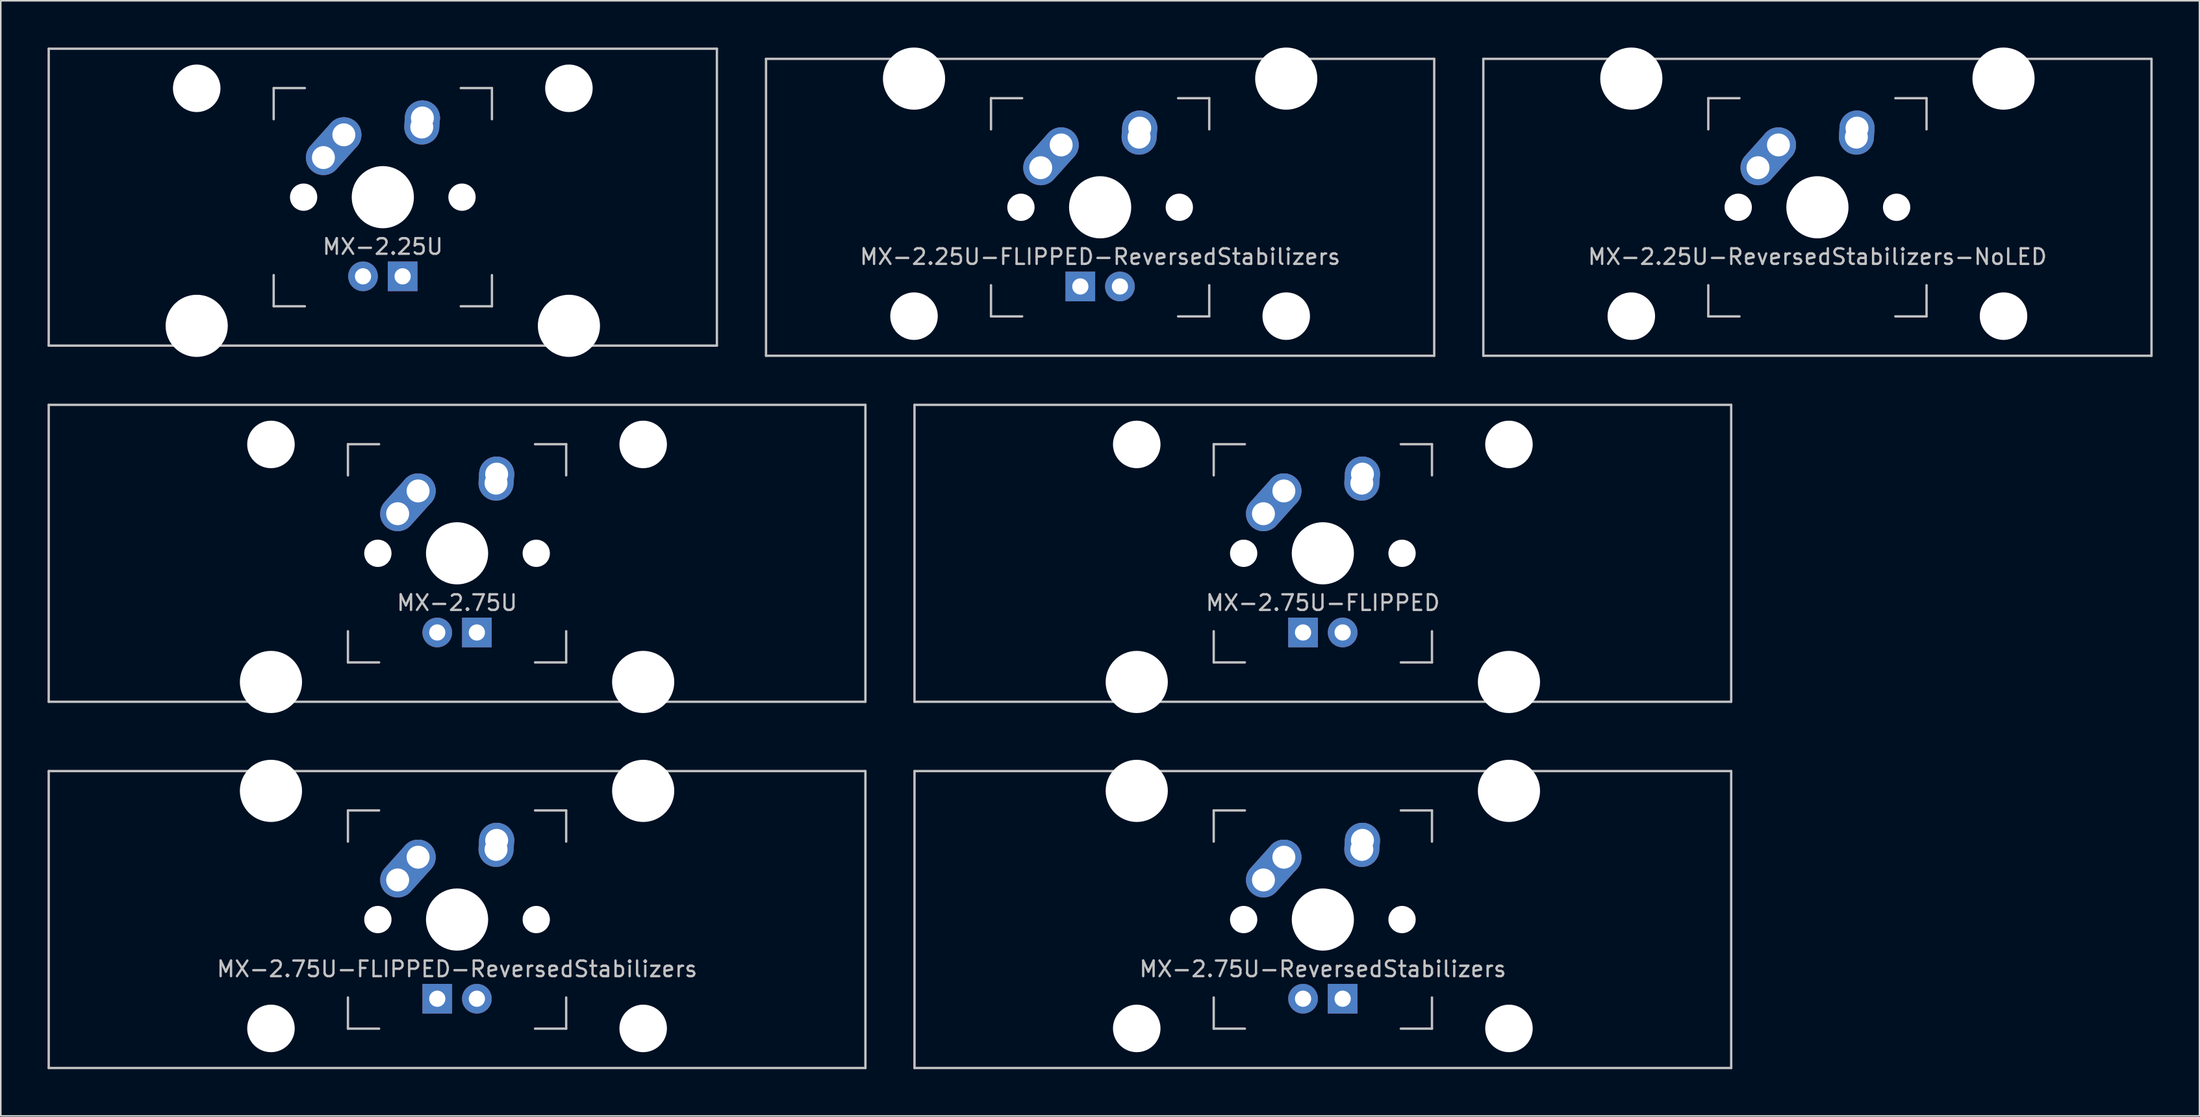
<source format=kicad_pcb>
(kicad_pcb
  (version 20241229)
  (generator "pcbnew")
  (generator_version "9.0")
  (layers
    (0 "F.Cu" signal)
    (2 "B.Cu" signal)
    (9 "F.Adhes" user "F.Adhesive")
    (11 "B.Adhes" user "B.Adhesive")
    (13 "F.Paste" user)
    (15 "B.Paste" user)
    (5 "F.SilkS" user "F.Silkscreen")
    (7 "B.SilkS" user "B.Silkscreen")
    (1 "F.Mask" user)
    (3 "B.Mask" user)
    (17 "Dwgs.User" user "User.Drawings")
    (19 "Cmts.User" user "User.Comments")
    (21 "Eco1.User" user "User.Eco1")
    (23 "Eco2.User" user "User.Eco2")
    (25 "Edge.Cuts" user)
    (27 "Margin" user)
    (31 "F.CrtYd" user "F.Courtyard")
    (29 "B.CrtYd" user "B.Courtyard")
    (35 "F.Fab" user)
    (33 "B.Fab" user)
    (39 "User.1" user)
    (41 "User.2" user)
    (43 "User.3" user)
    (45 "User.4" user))
  (footprint "MX-2.75U-ReversedStabilizers"
    (layer "F.Cu")
    (at 81.806 55.947)
    (property "Reference" "MX-2.75U-ReversedStabilizers" (at 0 3.175 0) (layer "Dwgs.User") (effects (font (size 1 1) (thickness 0.15))))
    (attr through_hole)
    (fp_line (start -26.194 -9.525) (end 26.194 -9.525) (stroke (width 0.15) (type solid)) (layer "Dwgs.User"))
    (fp_line (start -26.194 9.525) (end -26.194 -9.525) (stroke (width 0.15) (type solid)) (layer "Dwgs.User"))
    (fp_line (start -26.194 9.525) (end 26.194 9.525) (stroke (width 0.15) (type solid)) (layer "Dwgs.User"))
    (fp_line (start -7 -7) (end -7 -5) (stroke (width 0.15) (type solid)) (layer "Dwgs.User"))
    (fp_line (start -7 5) (end -7 7) (stroke (width 0.15) (type solid)) (layer "Dwgs.User"))
    (fp_line (start -7 7) (end -5 7) (stroke (width 0.15) (type solid)) (layer "Dwgs.User"))
    (fp_line (start -5 -7) (end -7 -7) (stroke (width 0.15) (type solid)) (layer "Dwgs.User"))
    (fp_line (start 5 -7) (end 7 -7) (stroke (width 0.15) (type solid)) (layer "Dwgs.User"))
    (fp_line (start 5 7) (end 7 7) (stroke (width 0.15) (type solid)) (layer "Dwgs.User"))
    (fp_line (start 7 -7) (end 7 -5) (stroke (width 0.15) (type solid)) (layer "Dwgs.User"))
    (fp_line (start 7 7) (end 7 5) (stroke (width 0.15) (type solid)) (layer "Dwgs.User"))
    (fp_line (start 26.194 -9.525) (end 26.194 9.525) (stroke (width 0.15) (type solid)) (layer "Dwgs.User"))
    (pad "" np_thru_hole circle (at -11.938 -8.255) (size 3.988 3.988) (drill 3.988) (layers "*.Cu" "*.Mask"))
    (pad "" np_thru_hole circle (at -11.938 6.985) (size 3.048 3.048) (drill 3.048) (layers "*.Cu" "*.Mask"))
    (pad "" np_thru_hole circle (at -5.08 0 48.1) (size 1.75 1.75) (drill 1.75) (layers "*.Cu" "*.Mask"))
    (pad "" np_thru_hole circle (at 0 0) (size 3.988 3.988) (drill 3.988) (layers "*.Cu" "*.Mask"))
    (pad "" np_thru_hole circle (at 5.08 0 48.1) (size 1.75 1.75) (drill 1.75) (layers "*.Cu" "*.Mask"))
    (pad "" np_thru_hole circle (at 11.938 -8.255) (size 3.988 3.988) (drill 3.988) (layers "*.Cu" "*.Mask"))
    (pad "" np_thru_hole circle (at 11.938 6.985) (size 3.048 3.048) (drill 3.048) (layers "*.Cu" "*.Mask"))
    (pad "1" thru_hole oval (at -3.81 -2.54 48.1) (size 4.212 2.25) (drill 1.47 (offset 0.981 0)) (layers "*.Cu" "B.Mask"))
    (pad "1" thru_hole circle (at -2.5 -4) (size 2.25 2.25) (drill 1.47) (layers "*.Cu" "B.Mask"))
    (pad "2" thru_hole oval (at 2.5 -4.5 86.055) (size 2.831 2.25) (drill 1.47 (offset 0.291 0)) (layers "*.Cu" "B.Mask"))
    (pad "2" thru_hole circle (at 2.54 -5.08) (size 2.25 2.25) (drill 1.47) (layers "*.Cu" "B.Mask"))
    (pad "3" thru_hole circle (at -1.27 5.08) (size 1.905 1.905) (drill 1.04) (layers "*.Cu" "B.Mask"))
    (pad "4" thru_hole rect (at 1.27 5.08) (size 1.905 1.905) (drill 1.04) (layers "*.Cu" "B.Mask")))
  (footprint "MX-2.25U-FLIPPED-ReversedStabilizers"
    (layer "F.Cu")
    (at 67.519 10.249)
    (property "Reference" "MX-2.25U-FLIPPED-ReversedStabilizers" (at 0 3.175 0) (layer "Dwgs.User") (effects (font (size 1 1) (thickness 0.15))))
    (attr through_hole)
    (fp_line (start -21.431 -9.525) (end 21.431 -9.525) (stroke (width 0.15) (type solid)) (layer "Dwgs.User"))
    (fp_line (start -21.431 9.525) (end -21.431 -9.525) (stroke (width 0.15) (type solid)) (layer "Dwgs.User"))
    (fp_line (start -21.431 9.525) (end 21.431 9.525) (stroke (width 0.15) (type solid)) (layer "Dwgs.User"))
    (fp_line (start -7 -7) (end -7 -5) (stroke (width 0.15) (type solid)) (layer "Dwgs.User"))
    (fp_line (start -7 5) (end -7 7) (stroke (width 0.15) (type solid)) (layer "Dwgs.User"))
    (fp_line (start -7 7) (end -5 7) (stroke (width 0.15) (type solid)) (layer "Dwgs.User"))
    (fp_line (start -5 -7) (end -7 -7) (stroke (width 0.15) (type solid)) (layer "Dwgs.User"))
    (fp_line (start 5 -7) (end 7 -7) (stroke (width 0.15) (type solid)) (layer "Dwgs.User"))
    (fp_line (start 5 7) (end 7 7) (stroke (width 0.15) (type solid)) (layer "Dwgs.User"))
    (fp_line (start 7 -7) (end 7 -5) (stroke (width 0.15) (type solid)) (layer "Dwgs.User"))
    (fp_line (start 7 7) (end 7 5) (stroke (width 0.15) (type solid)) (layer "Dwgs.User"))
    (fp_line (start 21.431 -9.525) (end 21.431 9.525) (stroke (width 0.15) (type solid)) (layer "Dwgs.User"))
    (pad "" np_thru_hole circle (at -11.938 -8.255) (size 3.988 3.988) (drill 3.988) (layers "*.Cu" "*.Mask"))
    (pad "" np_thru_hole circle (at -11.938 6.985) (size 3.048 3.048) (drill 3.048) (layers "*.Cu" "*.Mask"))
    (pad "" np_thru_hole circle (at -5.08 0 48.1) (size 1.75 1.75) (drill 1.75) (layers "*.Cu" "*.Mask"))
    (pad "" np_thru_hole circle (at 0 0) (size 3.988 3.988) (drill 3.988) (layers "*.Cu" "*.Mask"))
    (pad "" np_thru_hole circle (at 5.08 0 48.1) (size 1.75 1.75) (drill 1.75) (layers "*.Cu" "*.Mask"))
    (pad "" np_thru_hole circle (at 11.938 -8.255) (size 3.988 3.988) (drill 3.988) (layers "*.Cu" "*.Mask"))
    (pad "" np_thru_hole circle (at 11.938 6.985) (size 3.048 3.048) (drill 3.048) (layers "*.Cu" "*.Mask"))
    (pad "1" thru_hole oval (at -3.81 -2.54 48.1) (size 4.212 2.25) (drill 1.47 (offset 0.981 0)) (layers "*.Cu" "B.Mask"))
    (pad "1" thru_hole circle (at -2.5 -4) (size 2.25 2.25) (drill 1.47) (layers "*.Cu" "B.Mask"))
    (pad "2" thru_hole oval (at 2.5 -4.5 86.055) (size 2.831 2.25) (drill 1.47 (offset 0.291 0)) (layers "*.Cu" "B.Mask"))
    (pad "2" thru_hole circle (at 2.54 -5.08) (size 2.25 2.25) (drill 1.47) (layers "*.Cu" "B.Mask"))
    (pad "3" thru_hole circle (at 1.27 5.08) (size 1.905 1.905) (drill 1.04) (layers "*.Cu" "B.Mask"))
    (pad "4" thru_hole rect (at -1.27 5.08) (size 1.905 1.905) (drill 1.04) (layers "*.Cu" "B.Mask")))
  (footprint "MX-2.25U"
    (layer "F.Cu")
    (at 21.506 9.6)
    (property "Reference" "MX-2.25U" (at 0 3.175 0) (layer "Dwgs.User") (effects (font (size 1 1) (thickness 0.15))))
    (attr through_hole)
    (fp_line (start -21.431 -9.525) (end 21.431 -9.525) (stroke (width 0.15) (type solid)) (layer "Dwgs.User"))
    (fp_line (start -21.431 9.525) (end -21.431 -9.525) (stroke (width 0.15) (type solid)) (layer "Dwgs.User"))
    (fp_line (start -21.431 9.525) (end 21.431 9.525) (stroke (width 0.15) (type solid)) (layer "Dwgs.User"))
    (fp_line (start -7 -7) (end -7 -5) (stroke (width 0.15) (type solid)) (layer "Dwgs.User"))
    (fp_line (start -7 5) (end -7 7) (stroke (width 0.15) (type solid)) (layer "Dwgs.User"))
    (fp_line (start -7 7) (end -5 7) (stroke (width 0.15) (type solid)) (layer "Dwgs.User"))
    (fp_line (start -5 -7) (end -7 -7) (stroke (width 0.15) (type solid)) (layer "Dwgs.User"))
    (fp_line (start 5 -7) (end 7 -7) (stroke (width 0.15) (type solid)) (layer "Dwgs.User"))
    (fp_line (start 5 7) (end 7 7) (stroke (width 0.15) (type solid)) (layer "Dwgs.User"))
    (fp_line (start 7 -7) (end 7 -5) (stroke (width 0.15) (type solid)) (layer "Dwgs.User"))
    (fp_line (start 7 7) (end 7 5) (stroke (width 0.15) (type solid)) (layer "Dwgs.User"))
    (fp_line (start 21.431 -9.525) (end 21.431 9.525) (stroke (width 0.15) (type solid)) (layer "Dwgs.User"))
    (pad "" np_thru_hole circle (at -11.938 -6.985) (size 3.048 3.048) (drill 3.048) (layers "*.Cu" "*.Mask"))
    (pad "" np_thru_hole circle (at -11.938 8.255) (size 3.988 3.988) (drill 3.988) (layers "*.Cu" "*.Mask"))
    (pad "" np_thru_hole circle (at -5.08 0 48.1) (size 1.75 1.75) (drill 1.75) (layers "*.Cu" "*.Mask"))
    (pad "" np_thru_hole circle (at 0 0) (size 3.988 3.988) (drill 3.988) (layers "*.Cu" "*.Mask"))
    (pad "" np_thru_hole circle (at 5.08 0 48.1) (size 1.75 1.75) (drill 1.75) (layers "*.Cu" "*.Mask"))
    (pad "" np_thru_hole circle (at 11.938 -6.985) (size 3.048 3.048) (drill 3.048) (layers "*.Cu" "*.Mask"))
    (pad "" np_thru_hole circle (at 11.938 8.255) (size 3.988 3.988) (drill 3.988) (layers "*.Cu" "*.Mask"))
    (pad "1" thru_hole oval (at -3.81 -2.54 48.1) (size 4.212 2.25) (drill 1.47 (offset 0.981 0)) (layers "*.Cu" "B.Mask"))
    (pad "1" thru_hole circle (at -2.5 -4) (size 2.25 2.25) (drill 1.47) (layers "*.Cu" "B.Mask"))
    (pad "2" thru_hole oval (at 2.5 -4.5 86.055) (size 2.831 2.25) (drill 1.47 (offset 0.291 0)) (layers "*.Cu" "B.Mask"))
    (pad "2" thru_hole circle (at 2.54 -5.08) (size 2.25 2.25) (drill 1.47) (layers "*.Cu" "B.Mask"))
    (pad "3" thru_hole circle (at -1.27 5.08) (size 1.905 1.905) (drill 1.04) (layers "*.Cu" "B.Mask"))
    (pad "4" thru_hole rect (at 1.27 5.08) (size 1.905 1.905) (drill 1.04) (layers "*.Cu" "B.Mask")))
  (footprint "MX-2.75U-FLIPPED-ReversedStabilizers"
    (layer "F.Cu")
    (at 26.269 55.947)
    (property "Reference" "MX-2.75U-FLIPPED-ReversedStabilizers" (at 0 3.175 0) (layer "Dwgs.User") (effects (font (size 1 1) (thickness 0.15))))
    (attr through_hole)
    (fp_line (start -26.194 -9.525) (end 26.194 -9.525) (stroke (width 0.15) (type solid)) (layer "Dwgs.User"))
    (fp_line (start -26.194 9.525) (end -26.194 -9.525) (stroke (width 0.15) (type solid)) (layer "Dwgs.User"))
    (fp_line (start -26.194 9.525) (end 26.194 9.525) (stroke (width 0.15) (type solid)) (layer "Dwgs.User"))
    (fp_line (start -7 -7) (end -7 -5) (stroke (width 0.15) (type solid)) (layer "Dwgs.User"))
    (fp_line (start -7 5) (end -7 7) (stroke (width 0.15) (type solid)) (layer "Dwgs.User"))
    (fp_line (start -7 7) (end -5 7) (stroke (width 0.15) (type solid)) (layer "Dwgs.User"))
    (fp_line (start -5 -7) (end -7 -7) (stroke (width 0.15) (type solid)) (layer "Dwgs.User"))
    (fp_line (start 5 -7) (end 7 -7) (stroke (width 0.15) (type solid)) (layer "Dwgs.User"))
    (fp_line (start 5 7) (end 7 7) (stroke (width 0.15) (type solid)) (layer "Dwgs.User"))
    (fp_line (start 7 -7) (end 7 -5) (stroke (width 0.15) (type solid)) (layer "Dwgs.User"))
    (fp_line (start 7 7) (end 7 5) (stroke (width 0.15) (type solid)) (layer "Dwgs.User"))
    (fp_line (start 26.194 -9.525) (end 26.194 9.525) (stroke (width 0.15) (type solid)) (layer "Dwgs.User"))
    (pad "" np_thru_hole circle (at -11.938 -8.255) (size 3.988 3.988) (drill 3.988) (layers "*.Cu" "*.Mask"))
    (pad "" np_thru_hole circle (at -11.938 6.985) (size 3.048 3.048) (drill 3.048) (layers "*.Cu" "*.Mask"))
    (pad "" np_thru_hole circle (at -5.08 0 48.1) (size 1.75 1.75) (drill 1.75) (layers "*.Cu" "*.Mask"))
    (pad "" np_thru_hole circle (at 0 0) (size 3.988 3.988) (drill 3.988) (layers "*.Cu" "*.Mask"))
    (pad "" np_thru_hole circle (at 5.08 0 48.1) (size 1.75 1.75) (drill 1.75) (layers "*.Cu" "*.Mask"))
    (pad "" np_thru_hole circle (at 11.938 -8.255) (size 3.988 3.988) (drill 3.988) (layers "*.Cu" "*.Mask"))
    (pad "" np_thru_hole circle (at 11.938 6.985) (size 3.048 3.048) (drill 3.048) (layers "*.Cu" "*.Mask"))
    (pad "1" thru_hole oval (at -3.81 -2.54 48.1) (size 4.212 2.25) (drill 1.47 (offset 0.981 0)) (layers "*.Cu" "B.Mask"))
    (pad "1" thru_hole circle (at -2.5 -4) (size 2.25 2.25) (drill 1.47) (layers "*.Cu" "B.Mask"))
    (pad "2" thru_hole oval (at 2.5 -4.5 86.055) (size 2.831 2.25) (drill 1.47 (offset 0.291 0)) (layers "*.Cu" "B.Mask"))
    (pad "2" thru_hole circle (at 2.54 -5.08) (size 2.25 2.25) (drill 1.47) (layers "*.Cu" "B.Mask"))
    (pad "3" thru_hole circle (at 1.27 5.08) (size 1.905 1.905) (drill 1.04) (layers "*.Cu" "B.Mask"))
    (pad "4" thru_hole rect (at -1.27 5.08) (size 1.905 1.905) (drill 1.04) (layers "*.Cu" "B.Mask")))
  (footprint "MX-2.75U"
    (layer "F.Cu")
    (at 26.269 32.449)
    (property "Reference" "MX-2.75U" (at 0 3.175 0) (layer "Dwgs.User") (effects (font (size 1 1) (thickness 0.15))))
    (attr through_hole)
    (fp_line (start -26.194 -9.525) (end 26.194 -9.525) (stroke (width 0.15) (type solid)) (layer "Dwgs.User"))
    (fp_line (start -26.194 9.525) (end -26.194 -9.525) (stroke (width 0.15) (type solid)) (layer "Dwgs.User"))
    (fp_line (start -26.194 9.525) (end 26.194 9.525) (stroke (width 0.15) (type solid)) (layer "Dwgs.User"))
    (fp_line (start -7 -7) (end -7 -5) (stroke (width 0.15) (type solid)) (layer "Dwgs.User"))
    (fp_line (start -7 5) (end -7 7) (stroke (width 0.15) (type solid)) (layer "Dwgs.User"))
    (fp_line (start -7 7) (end -5 7) (stroke (width 0.15) (type solid)) (layer "Dwgs.User"))
    (fp_line (start -5 -7) (end -7 -7) (stroke (width 0.15) (type solid)) (layer "Dwgs.User"))
    (fp_line (start 5 -7) (end 7 -7) (stroke (width 0.15) (type solid)) (layer "Dwgs.User"))
    (fp_line (start 5 7) (end 7 7) (stroke (width 0.15) (type solid)) (layer "Dwgs.User"))
    (fp_line (start 7 -7) (end 7 -5) (stroke (width 0.15) (type solid)) (layer "Dwgs.User"))
    (fp_line (start 7 7) (end 7 5) (stroke (width 0.15) (type solid)) (layer "Dwgs.User"))
    (fp_line (start 26.194 -9.525) (end 26.194 9.525) (stroke (width 0.15) (type solid)) (layer "Dwgs.User"))
    (pad "" np_thru_hole circle (at -11.938 -6.985) (size 3.048 3.048) (drill 3.048) (layers "*.Cu" "*.Mask"))
    (pad "" np_thru_hole circle (at -11.938 8.255) (size 3.988 3.988) (drill 3.988) (layers "*.Cu" "*.Mask"))
    (pad "" np_thru_hole circle (at -5.08 0 48.1) (size 1.75 1.75) (drill 1.75) (layers "*.Cu" "*.Mask"))
    (pad "" np_thru_hole circle (at 0 0) (size 3.988 3.988) (drill 3.988) (layers "*.Cu" "*.Mask"))
    (pad "" np_thru_hole circle (at 5.08 0 48.1) (size 1.75 1.75) (drill 1.75) (layers "*.Cu" "*.Mask"))
    (pad "" np_thru_hole circle (at 11.938 -6.985) (size 3.048 3.048) (drill 3.048) (layers "*.Cu" "*.Mask"))
    (pad "" np_thru_hole circle (at 11.938 8.255) (size 3.988 3.988) (drill 3.988) (layers "*.Cu" "*.Mask"))
    (pad "1" thru_hole oval (at -3.81 -2.54 48.1) (size 4.212 2.25) (drill 1.47 (offset 0.981 0)) (layers "*.Cu" "B.Mask"))
    (pad "1" thru_hole circle (at -2.5 -4) (size 2.25 2.25) (drill 1.47) (layers "*.Cu" "B.Mask"))
    (pad "2" thru_hole oval (at 2.5 -4.5 86.055) (size 2.831 2.25) (drill 1.47 (offset 0.291 0)) (layers "*.Cu" "B.Mask"))
    (pad "2" thru_hole circle (at 2.54 -5.08) (size 2.25 2.25) (drill 1.47) (layers "*.Cu" "B.Mask"))
    (pad "3" thru_hole circle (at -1.27 5.08) (size 1.905 1.905) (drill 1.04) (layers "*.Cu" "B.Mask"))
    (pad "4" thru_hole rect (at 1.27 5.08) (size 1.905 1.905) (drill 1.04) (layers "*.Cu" "B.Mask")))
  (footprint "MX-2.75U-FLIPPED"
    (layer "F.Cu")
    (at 81.806 32.449)
    (property "Reference" "MX-2.75U-FLIPPED" (at 0 3.175 0) (layer "Dwgs.User") (effects (font (size 1 1) (thickness 0.15))))
    (attr through_hole)
    (fp_line (start -26.194 -9.525) (end 26.194 -9.525) (stroke (width 0.15) (type solid)) (layer "Dwgs.User"))
    (fp_line (start -26.194 9.525) (end -26.194 -9.525) (stroke (width 0.15) (type solid)) (layer "Dwgs.User"))
    (fp_line (start -26.194 9.525) (end 26.194 9.525) (stroke (width 0.15) (type solid)) (layer "Dwgs.User"))
    (fp_line (start -7 -7) (end -7 -5) (stroke (width 0.15) (type solid)) (layer "Dwgs.User"))
    (fp_line (start -7 5) (end -7 7) (stroke (width 0.15) (type solid)) (layer "Dwgs.User"))
    (fp_line (start -7 7) (end -5 7) (stroke (width 0.15) (type solid)) (layer "Dwgs.User"))
    (fp_line (start -5 -7) (end -7 -7) (stroke (width 0.15) (type solid)) (layer "Dwgs.User"))
    (fp_line (start 5 -7) (end 7 -7) (stroke (width 0.15) (type solid)) (layer "Dwgs.User"))
    (fp_line (start 5 7) (end 7 7) (stroke (width 0.15) (type solid)) (layer "Dwgs.User"))
    (fp_line (start 7 -7) (end 7 -5) (stroke (width 0.15) (type solid)) (layer "Dwgs.User"))
    (fp_line (start 7 7) (end 7 5) (stroke (width 0.15) (type solid)) (layer "Dwgs.User"))
    (fp_line (start 26.194 -9.525) (end 26.194 9.525) (stroke (width 0.15) (type solid)) (layer "Dwgs.User"))
    (pad "" np_thru_hole circle (at -11.938 -6.985) (size 3.048 3.048) (drill 3.048) (layers "*.Cu" "*.Mask"))
    (pad "" np_thru_hole circle (at -11.938 8.255) (size 3.988 3.988) (drill 3.988) (layers "*.Cu" "*.Mask"))
    (pad "" np_thru_hole circle (at -5.08 0 48.1) (size 1.75 1.75) (drill 1.75) (layers "*.Cu" "*.Mask"))
    (pad "" np_thru_hole circle (at 0 0) (size 3.988 3.988) (drill 3.988) (layers "*.Cu" "*.Mask"))
    (pad "" np_thru_hole circle (at 5.08 0 48.1) (size 1.75 1.75) (drill 1.75) (layers "*.Cu" "*.Mask"))
    (pad "" np_thru_hole circle (at 11.938 -6.985) (size 3.048 3.048) (drill 3.048) (layers "*.Cu" "*.Mask"))
    (pad "" np_thru_hole circle (at 11.938 8.255) (size 3.988 3.988) (drill 3.988) (layers "*.Cu" "*.Mask"))
    (pad "1" thru_hole oval (at -3.81 -2.54 48.1) (size 4.212 2.25) (drill 1.47 (offset 0.981 0)) (layers "*.Cu" "B.Mask"))
    (pad "1" thru_hole circle (at -2.5 -4) (size 2.25 2.25) (drill 1.47) (layers "*.Cu" "B.Mask"))
    (pad "2" thru_hole oval (at 2.5 -4.5 86.055) (size 2.831 2.25) (drill 1.47 (offset 0.291 0)) (layers "*.Cu" "B.Mask"))
    (pad "2" thru_hole circle (at 2.54 -5.08) (size 2.25 2.25) (drill 1.47) (layers "*.Cu" "B.Mask"))
    (pad "3" thru_hole circle (at 1.27 5.08) (size 1.905 1.905) (drill 1.04) (layers "*.Cu" "B.Mask"))
    (pad "4" thru_hole rect (at -1.27 5.08) (size 1.905 1.905) (drill 1.04) (layers "*.Cu" "B.Mask")))
  (footprint "MX-2.25U-ReversedStabilizers-NoLED"
    (layer "F.Cu")
    (at 113.531 10.249)
    (property "Reference" "MX-2.25U-ReversedStabilizers-NoLED" (at 0 3.175 0) (layer "Dwgs.User") (effects (font (size 1 1) (thickness 0.15))))
    (attr through_hole)
    (fp_line (start -21.431 -9.525) (end 21.431 -9.525) (stroke (width 0.15) (type solid)) (layer "Dwgs.User"))
    (fp_line (start -21.431 9.525) (end -21.431 -9.525) (stroke (width 0.15) (type solid)) (layer "Dwgs.User"))
    (fp_line (start -21.431 9.525) (end 21.431 9.525) (stroke (width 0.15) (type solid)) (layer "Dwgs.User"))
    (fp_line (start -7 -7) (end -7 -5) (stroke (width 0.15) (type solid)) (layer "Dwgs.User"))
    (fp_line (start -7 5) (end -7 7) (stroke (width 0.15) (type solid)) (layer "Dwgs.User"))
    (fp_line (start -7 7) (end -5 7) (stroke (width 0.15) (type solid)) (layer "Dwgs.User"))
    (fp_line (start -5 -7) (end -7 -7) (stroke (width 0.15) (type solid)) (layer "Dwgs.User"))
    (fp_line (start 5 -7) (end 7 -7) (stroke (width 0.15) (type solid)) (layer "Dwgs.User"))
    (fp_line (start 5 7) (end 7 7) (stroke (width 0.15) (type solid)) (layer "Dwgs.User"))
    (fp_line (start 7 -7) (end 7 -5) (stroke (width 0.15) (type solid)) (layer "Dwgs.User"))
    (fp_line (start 7 7) (end 7 5) (stroke (width 0.15) (type solid)) (layer "Dwgs.User"))
    (fp_line (start 21.431 -9.525) (end 21.431 9.525) (stroke (width 0.15) (type solid)) (layer "Dwgs.User"))
    (pad "" np_thru_hole circle (at -11.938 -8.255) (size 3.988 3.988) (drill 3.988) (layers "*.Cu" "*.Mask"))
    (pad "" np_thru_hole circle (at -11.938 6.985) (size 3.048 3.048) (drill 3.048) (layers "*.Cu" "*.Mask"))
    (pad "" np_thru_hole circle (at -5.08 0 48.1) (size 1.75 1.75) (drill 1.75) (layers "*.Cu" "*.Mask"))
    (pad "" np_thru_hole circle (at 0 0) (size 3.988 3.988) (drill 3.988) (layers "*.Cu" "*.Mask"))
    (pad "" np_thru_hole circle (at 5.08 0 48.1) (size 1.75 1.75) (drill 1.75) (layers "*.Cu" "*.Mask"))
    (pad "" np_thru_hole circle (at 11.938 -8.255) (size 3.988 3.988) (drill 3.988) (layers "*.Cu" "*.Mask"))
    (pad "" np_thru_hole circle (at 11.938 6.985) (size 3.048 3.048) (drill 3.048) (layers "*.Cu" "*.Mask"))
    (pad "1" thru_hole oval (at -3.81 -2.54 48.1) (size 4.212 2.25) (drill 1.47 (offset 0.981 0)) (layers "*.Cu" "B.Mask"))
    (pad "1" thru_hole circle (at -2.5 -4) (size 2.25 2.25) (drill 1.47) (layers "*.Cu" "B.Mask"))
    (pad "2" thru_hole oval (at 2.5 -4.5 86.055) (size 2.831 2.25) (drill 1.47 (offset 0.291 0)) (layers "*.Cu" "B.Mask"))
    (pad "2" thru_hole circle (at 2.54 -5.08) (size 2.25 2.25) (drill 1.47) (layers "*.Cu" "B.Mask")))
  (gr_rect
    (start -3 -3)
    (end 138.037 68.547)
    (stroke (width 0.1) (type default))
    (fill no)
    (layer "Edge.Cuts")))
</source>
